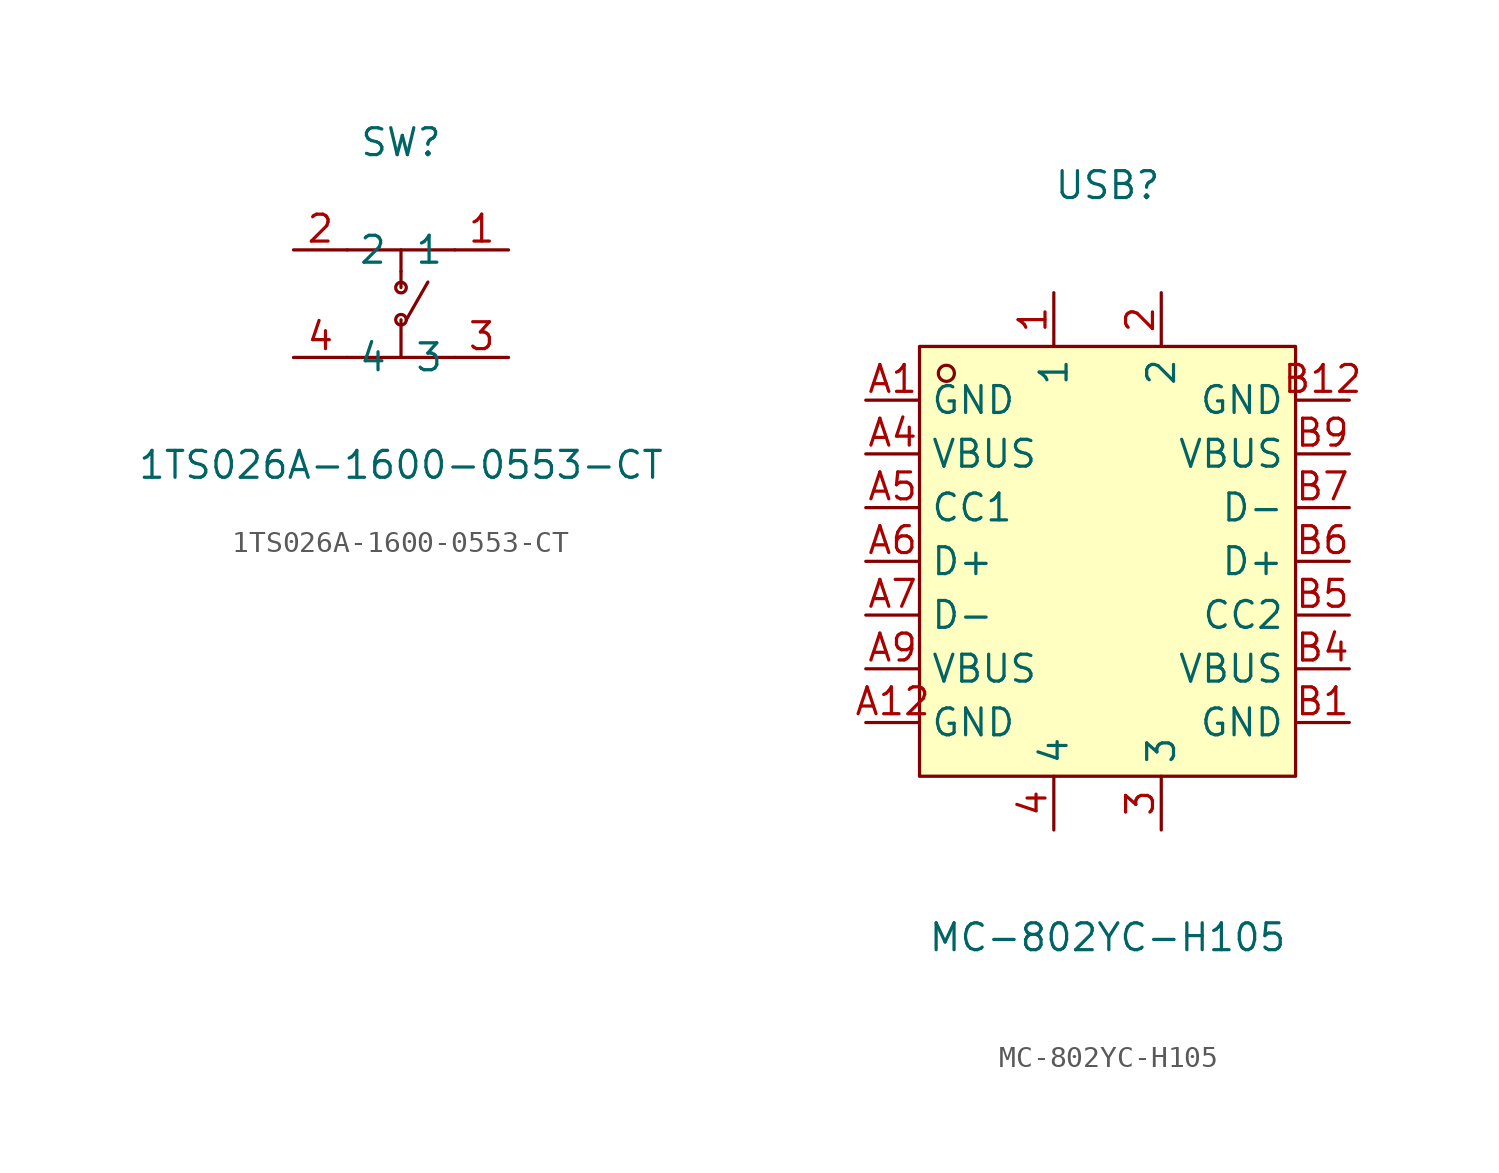
<source format=kicad_sym>
(kicad_symbol_lib
  (version 20211014)
  (generator https://github.com/uPesy/easyeda2kicad.py)
  (symbol "1TS026A-1600-0553-CT"
    (property "Reference" "SW"
      (at 0 7.62 0)
      (effects (font (size 1.27 1.27))))
    (property "Value" "1TS026A-1600-0553-CT"
      (at 0 -7.62 0)
      (effects (font (size 1.27 1.27))))
    (symbol "1TS026A-1600-0553-CT_0_1"
      (circle (center 0.00 0.76) (radius 0.25) (stroke (width 0) (type default) (color 0 0 0 0)) (fill (type none)))
      (circle (center 0.00 -0.76) (radius 0.25) (stroke (width 0) (type default) (color 0 0 0 0)) (fill (type none)))
      (polyline (pts (xy 1.27 1.02) (xy 0.25 -0.76)) (stroke (width 0) (type default) (color 0 0 0 0)) (fill (type none)))
      (polyline (pts (xy 0.00 1.52) (xy 0.00 0.76)) (stroke (width 0) (type default) (color 0 0 0 0)) (fill (type none)))
      (polyline (pts (xy 0.00 -2.54) (xy 0.00 -0.76)) (stroke (width 0) (type default) (color 0 0 0 0)) (fill (type none)))
      (polyline (pts (xy 0.00 2.54) (xy 0.00 1.52)) (stroke (width 0) (type default) (color 0 0 0 0)) (fill (type none)))
      (polyline (pts (xy 2.54 -2.54) (xy -2.54 -2.54)) (stroke (width 0) (type default) (color 0 0 0 0)) (fill (type none)))
      (polyline (pts (xy 2.54 2.54) (xy -2.54 2.54)) (stroke (width 0) (type default) (color 0 0 0 0)) (fill (type none)))
      (pin unspecified line (at 5.08 -2.54 180) (length 2.54) (name "3" (effects (font (size 1.27 1.27)))) (number "3" (effects (font (size 1.27 1.27)))))
      (pin unspecified line (at -5.08 -2.54 0) (length 2.54) (name "4" (effects (font (size 1.27 1.27)))) (number "4" (effects (font (size 1.27 1.27)))))
      (pin unspecified line (at -5.08 2.54 0) (length 2.54) (name "2" (effects (font (size 1.27 1.27)))) (number "2" (effects (font (size 1.27 1.27)))))
      (pin unspecified line (at 5.08 2.54 180) (length 2.54) (name "1" (effects (font (size 1.27 1.27)))) (number "1" (effects (font (size 1.27 1.27)))))))
  (symbol "MC-802YC-H105"
    (property "Reference" "USB"
      (at 0 17.78 0)
      (effects (font (size 1.27 1.27))))
    (property "Value" "MC-802YC-H105"
      (at 0 -17.78 0)
      (effects (font (size 1.27 1.27))))
    (symbol "MC-802YC-H105_0_1"
      (rectangle (start -8.89 10.16) (end 8.89 -10.16) (stroke (width 0) (type default) (color 0 0 0 0)) (fill (type background)))
      (circle (center -7.62 8.89) (radius 0.38) (stroke (width 0) (type default) (color 0 0 0 0)) (fill (type none)))
      (pin unspecified line (at -11.43 7.62 0) (length 2.54) (name "GND" (effects (font (size 1.27 1.27)))) (number "A1" (effects (font (size 1.27 1.27)))))
      (pin unspecified line (at -11.43 5.08 0) (length 2.54) (name "VBUS" (effects (font (size 1.27 1.27)))) (number "A4" (effects (font (size 1.27 1.27)))))
      (pin unspecified line (at -11.43 2.54 0) (length 2.54) (name "CC1" (effects (font (size 1.27 1.27)))) (number "A5" (effects (font (size 1.27 1.27)))))
      (pin unspecified line (at -11.43 -0.00 0) (length 2.54) (name "D+" (effects (font (size 1.27 1.27)))) (number "A6" (effects (font (size 1.27 1.27)))))
      (pin unspecified line (at -11.43 -2.54 0) (length 2.54) (name "D-" (effects (font (size 1.27 1.27)))) (number "A7" (effects (font (size 1.27 1.27)))))
      (pin unspecified line (at -11.43 -5.08 0) (length 2.54) (name "VBUS" (effects (font (size 1.27 1.27)))) (number "A9" (effects (font (size 1.27 1.27)))))
      (pin unspecified line (at -11.43 -7.62 0) (length 2.54) (name "GND" (effects (font (size 1.27 1.27)))) (number "A12" (effects (font (size 1.27 1.27)))))
      (pin unspecified line (at 11.43 -7.62 180) (length 2.54) (name "GND" (effects (font (size 1.27 1.27)))) (number "B1" (effects (font (size 1.27 1.27)))))
      (pin unspecified line (at 11.43 -5.08 180) (length 2.54) (name "VBUS" (effects (font (size 1.27 1.27)))) (number "B4" (effects (font (size 1.27 1.27)))))
      (pin unspecified line (at 11.43 -2.54 180) (length 2.54) (name "CC2" (effects (font (size 1.27 1.27)))) (number "B5" (effects (font (size 1.27 1.27)))))
      (pin unspecified line (at 11.43 -0.00 180) (length 2.54) (name "D+" (effects (font (size 1.27 1.27)))) (number "B6" (effects (font (size 1.27 1.27)))))
      (pin unspecified line (at 11.43 2.54 180) (length 2.54) (name "D-" (effects (font (size 1.27 1.27)))) (number "B7" (effects (font (size 1.27 1.27)))))
      (pin unspecified line (at 11.43 5.08 180) (length 2.54) (name "VBUS" (effects (font (size 1.27 1.27)))) (number "B9" (effects (font (size 1.27 1.27)))))
      (pin unspecified line (at 11.43 7.62 180) (length 2.54) (name "GND" (effects (font (size 1.27 1.27)))) (number "B12" (effects (font (size 1.27 1.27)))))
      (pin unspecified line (at -2.54 12.70 270) (length 2.54) (name "1" (effects (font (size 1.27 1.27)))) (number "1" (effects (font (size 1.27 1.27)))))
      (pin unspecified line (at 2.54 12.70 270) (length 2.54) (name "2" (effects (font (size 1.27 1.27)))) (number "2" (effects (font (size 1.27 1.27)))))
      (pin unspecified line (at 2.54 -12.70 90) (length 2.54) (name "3" (effects (font (size 1.27 1.27)))) (number "3" (effects (font (size 1.27 1.27)))))
      (pin unspecified line (at -2.54 -12.70 90) (length 2.54) (name "4" (effects (font (size 1.27 1.27)))) (number "4" (effects (font (size 1.27 1.27))))))))
</source>
